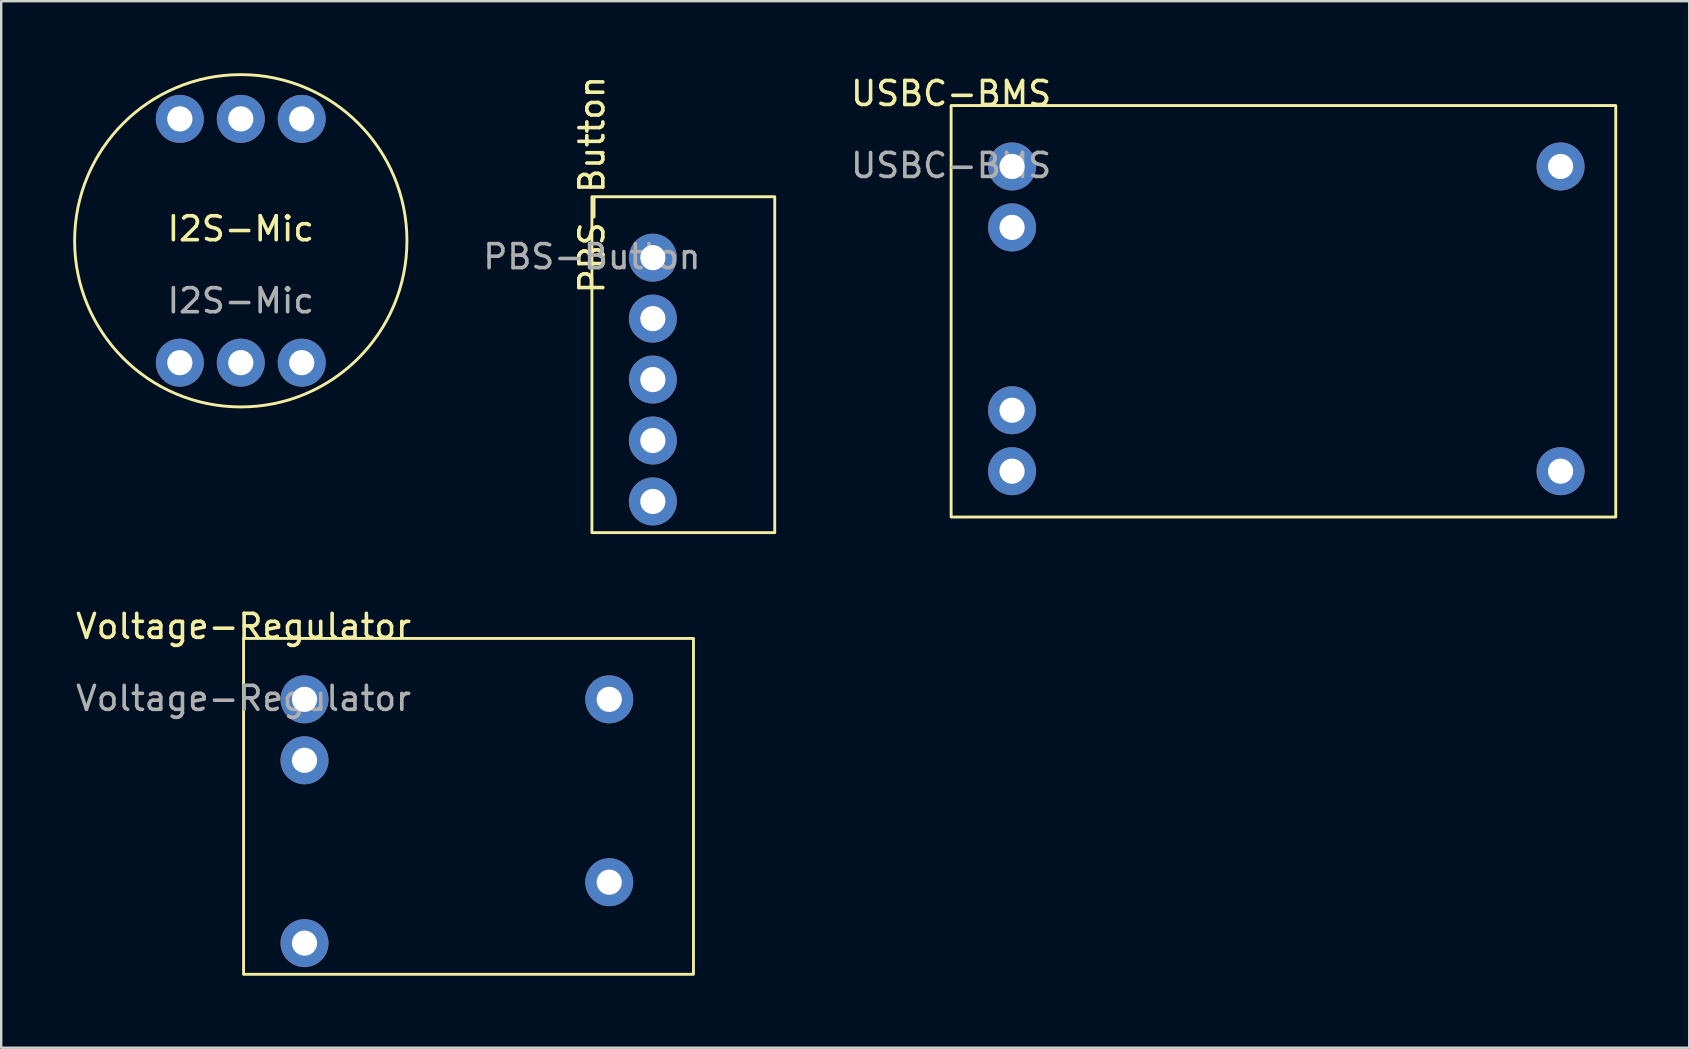
<source format=kicad_pcb>
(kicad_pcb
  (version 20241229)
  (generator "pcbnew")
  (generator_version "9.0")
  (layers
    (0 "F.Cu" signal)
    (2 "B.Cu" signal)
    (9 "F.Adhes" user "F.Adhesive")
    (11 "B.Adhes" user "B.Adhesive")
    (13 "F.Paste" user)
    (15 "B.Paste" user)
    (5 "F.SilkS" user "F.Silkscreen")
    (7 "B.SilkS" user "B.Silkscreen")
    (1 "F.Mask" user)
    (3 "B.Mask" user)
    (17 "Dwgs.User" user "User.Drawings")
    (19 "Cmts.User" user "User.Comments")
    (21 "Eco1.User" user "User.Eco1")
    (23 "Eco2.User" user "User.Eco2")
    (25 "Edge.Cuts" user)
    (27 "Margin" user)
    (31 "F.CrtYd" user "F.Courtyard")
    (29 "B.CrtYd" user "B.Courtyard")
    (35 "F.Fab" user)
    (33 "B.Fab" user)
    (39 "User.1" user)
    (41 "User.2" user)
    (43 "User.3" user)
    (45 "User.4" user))
  (footprint "USBC-BMS"
    (layer "F.Cu")
    (at 36.59 1.348)
    (property "Reference" "USBC-BMS" (at 0 -0.5 0) (unlocked yes) (layer "F.SilkS") (effects (font (size 1 1) (thickness 0.15))))
    (attr through_hole)
    (fp_rect (start 0 0) (end 27.7 17.15) (stroke (width 0.12) (type solid)) (fill no) (layer "F.SilkS"))
    (fp_text user "${REFERENCE}" (at 0 2.5 0) (unlocked yes) (layer "F.Fab") (effects (font (size 1 1) (thickness 0.15))))
    (pad "+" thru_hole circle (at 25.4 15.24) (size 2 2) (drill 1.05) (layers "*.Cu" "*.Mask"))
    (pad "-" thru_hole circle (at 25.4 2.54) (size 2 2) (drill 1.05) (layers "*.Cu" "*.Mask"))
    (pad "B+" thru_hole circle (at 2.54 12.7) (size 2 2) (drill 1.05) (layers "*.Cu" "*.Mask"))
    (pad "B-" thru_hole circle (at 2.54 5.08) (size 2 2) (drill 1.05) (layers "*.Cu" "*.Mask"))
    (pad "OUT+" thru_hole circle (at 2.54 15.24) (size 2 2) (drill 1.05) (layers "*.Cu" "*.Mask"))
    (pad "OUT-" thru_hole circle (at 2.54 2.54) (size 2 2) (drill 1.05) (layers "*.Cu" "*.Mask")))
  (footprint "PBS-Button"
    (layer "F.Cu")
    (at 21.619 5.149)
    (property "Reference" "PBS-Button" (at 0 -0.5 90) (unlocked yes) (layer "F.SilkS") (effects (font (size 1 1) (thickness 0.15))))
    (attr through_hole)
    (fp_rect (start 0 0) (end 7.62 14) (stroke (width 0.12) (type solid)) (fill no) (layer "F.SilkS"))
    (fp_text user "${REFERENCE}" (at 0 2.5 0) (unlocked yes) (layer "F.Fab") (effects (font (size 1 1) (thickness 0.15))))
    (pad "+" thru_hole circle (at 2.54 5.08) (size 2 2) (drill 1.05) (layers "*.Cu" "*.Mask"))
    (pad "-" thru_hole circle (at 2.54 7.62) (size 2 2) (drill 1.05) (layers "*.Cu" "*.Mask"))
    (pad "Common" thru_hole circle (at 2.54 12.7) (size 2 2) (drill 1.05) (layers "*.Cu" "*.Mask"))
    (pad "NC" thru_hole circle (at 2.54 2.54) (size 2 2) (drill 1.05) (layers "*.Cu" "*.Mask"))
    (pad "NO" thru_hole circle (at 2.54 10.16) (size 2 2) (drill 1.05) (layers "*.Cu" "*.Mask")))
  (footprint "Voltage-Regulator"
    (layer "F.Cu")
    (at 7.101 23.557)
    (property "Reference" "Voltage-Regulator" (at 0 -0.5 0) (unlocked yes) (layer "F.SilkS") (effects (font (size 1 1) (thickness 0.15))))
    (attr through_hole)
    (fp_rect (start 0 0) (end 18.75 14) (stroke (width 0.12) (type solid)) (fill no) (layer "F.SilkS"))
    (fp_text user "${REFERENCE}" (at 0 2.5 0) (unlocked yes) (layer "F.Fab") (effects (font (size 1 1) (thickness 0.15))))
    (pad "EN" thru_hole circle (at 2.54 2.54) (size 2 2) (drill 1.05) (layers "*.Cu" "*.Mask"))
    (pad "VIN+" thru_hole circle (at 2.54 12.7) (size 2 2) (drill 1.05) (layers "*.Cu" "*.Mask"))
    (pad "VIN-" thru_hole circle (at 2.54 5.08) (size 2 2) (drill 1.05) (layers "*.Cu" "*.Mask"))
    (pad "VOUT+" thru_hole circle (at 15.24 2.54) (size 2 2) (drill 1.05) (layers "*.Cu" "*.Mask"))
    (pad "VOUT-" thru_hole circle (at 15.24 10.16) (size 2 2) (drill 1.05) (layers "*.Cu" "*.Mask")))
  (footprint "I2S-Mic"
    (layer "F.Cu")
    (at 6.985 6.985)
    (property "Reference" "I2S-Mic" (at 0 -0.5 0) (unlocked yes) (layer "F.SilkS") (effects (font (size 1 1) (thickness 0.15))))
    (attr through_hole)
    (fp_circle (center 0 0) (end 6.925 0) (stroke (width 0.12) (type solid)) (fill no) (layer "F.SilkS"))
    (fp_text user "${REFERENCE}" (at 0 2.5 0) (unlocked yes) (layer "F.Fab") (effects (font (size 1 1) (thickness 0.15))))
    (pad "GND" thru_hole circle (at -2.54 -5.08) (size 2 2) (drill 1.05) (layers "*.Cu" "*.Mask"))
    (pad "L/R" thru_hole circle (at -2.54 5.08) (size 2 2) (drill 1.05) (layers "*.Cu" "*.Mask"))
    (pad "SCK" thru_hole circle (at 2.54 5.08) (size 2 2) (drill 1.05) (layers "*.Cu" "*.Mask"))
    (pad "SD" thru_hole circle (at 2.54 -5.08) (size 2 2) (drill 1.05) (layers "*.Cu" "*.Mask"))
    (pad "VDD" thru_hole circle (at 0 -5.08) (size 2 2) (drill 1.05) (layers "*.Cu" "*.Mask"))
    (pad "WS" thru_hole circle (at 0 5.08) (size 2 2) (drill 1.05) (layers "*.Cu" "*.Mask")))
  (gr_rect
    (start -3 -3)
    (end 67.35 40.617)
    (stroke (width 0.1) (type default))
    (fill no)
    (layer "Edge.Cuts")))
</source>
